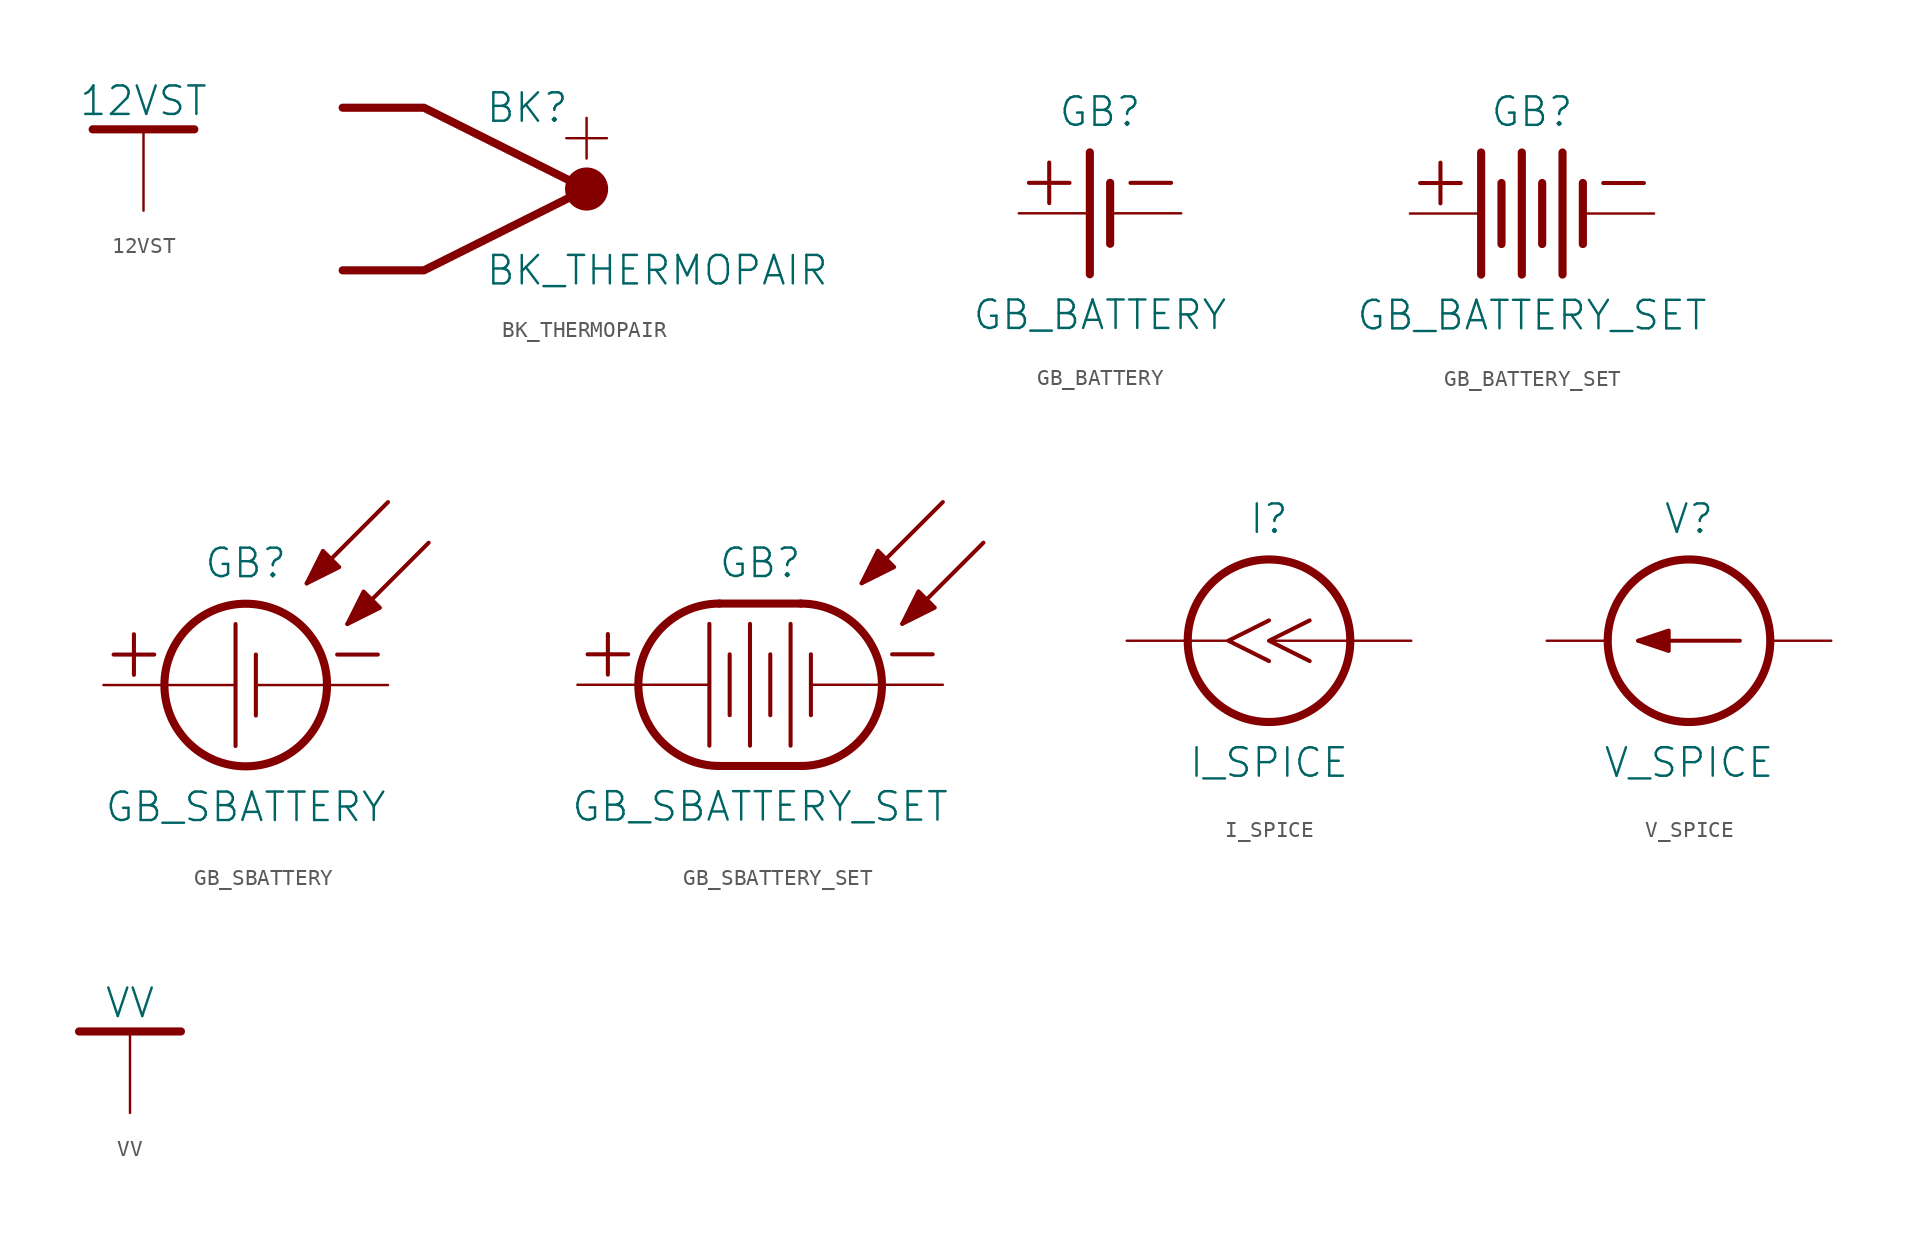
<source format=kicad_sym>
(kicad_symbol_lib
  (version 20211014)
  (generator kicad_symbol_editor)
  (symbol "12VST"
    (pin_names
      (offset 1.016))
    (property "Reference" "U"
      (at -2.54 5.08 0)
      (effects (font (size 1.778 1.778)) hide))
    (property "Value" "12VST"
      (at 0 1.778 0)
      (effects (font (size 1.778 1.778))))
    (symbol "12VST_1_1"
      (polyline (pts (xy 0 -5.08) (xy 0 0)) (stroke (width 0) (type default) (color 0 0 0 0)) (fill (type none)))
      (polyline (pts (xy 3.175 0) (xy -3.175 0)) (stroke (width 0.508) (type default) (color 0 0 0 0)) (fill (type none)))
      (pin power_in line (at 0 -5.08 90) (length 5.08) hide (name "12VST" (effects (font (size 1.27 1.27)))) (number "1" (effects (font (size 1.27 1.27)))))))
  (symbol "BK_THERMOPAIR"
    (power)
    (pin_names
      (offset 0))
    (property "Reference" "BK"
      (at 1.27 5.08 0)
      (effects (font (size 1.778 1.778)) (justify left)))
    (property "Value" "BK_THERMOPAIR"
      (at 1.27 -5.08 0)
      (effects (font (size 1.778 1.778)) (justify left)))
    (symbol "BK_THERMOPAIR_0_1"
      (polyline (pts (xy 6.35 3.175) (xy 8.89 3.175)) (stroke (width 0) (type default) (color 0 0 0 0)) (fill (type none)))
      (polyline (pts (xy 7.62 4.445) (xy 7.62 1.905)) (stroke (width 0) (type default) (color 0 0 0 0)) (fill (type none)))
      (polyline (pts (xy -7.62 5.08) (xy -2.54 5.08) (xy 7.62 0) (xy -2.54 -5.08) (xy -7.62 -5.08)) (stroke (width 0.508) (type default) (color 0 0 0 0)) (fill (type none)))
      (circle (center 7.62 0) (radius 1.27) (stroke (width 0) (type default) (color 0 0 0 0)) (fill (type outline))))
    (symbol "BK_THERMOPAIR_1_1"
      (pin passive line (at -7.62 5.08 0) (length 2.54) hide (name "+" (effects (font (size 1.27 1.27)))) (number "1" (effects (font (size 1.27 1.27)))))
      (pin passive line (at -7.62 -5.08 0) (length 2.54) hide (name "-" (effects (font (size 1.27 1.27)))) (number "2" (effects (font (size 1.27 1.27)))))))
  (symbol "GB_BATTERY"
    (pin_names
      (offset 0))
    (property "Reference" "GB"
      (at 0 6.35 0)
      (effects (font (size 1.778 1.778))))
    (property "Value" "GB_BATTERY"
      (at 0 -6.35 0)
      (effects (font (size 1.778 1.778))))
    (symbol "GB_BATTERY_0_1"
      (polyline (pts (xy -3.175 3.175) (xy -3.175 0.635)) (stroke (width 0.254) (type default) (color 0 0 0 0)) (fill (type none)))
      (polyline (pts (xy -1.905 1.905) (xy -4.445 1.905)) (stroke (width 0.254) (type default) (color 0 0 0 0)) (fill (type none)))
      (polyline (pts (xy -0.635 -3.81) (xy -0.635 3.81)) (stroke (width 0.508) (type default) (color 0 0 0 0)) (fill (type none)))
      (polyline (pts (xy -0.635 0) (xy -5.08 0)) (stroke (width 0) (type default) (color 0 0 0 0)) (fill (type none)))
      (polyline (pts (xy 0.635 1.905) (xy 0.635 -1.905)) (stroke (width 0.508) (type default) (color 0 0 0 0)) (fill (type none)))
      (polyline (pts (xy 4.445 1.905) (xy 1.905 1.905)) (stroke (width 0.254) (type default) (color 0 0 0 0)) (fill (type none)))
      (polyline (pts (xy 5.08 0) (xy 0.635 0)) (stroke (width 0) (type default) (color 0 0 0 0)) (fill (type none))))
    (symbol "GB_BATTERY_1_1"
      (pin power_out line (at -5.08 0 0) (length 2.54) hide (name "+" (effects (font (size 1.27 1.27)))) (number "1" (effects (font (size 1.27 1.27)))))
      (pin power_out line (at 5.08 0 180) (length 2.54) hide (name "-" (effects (font (size 1.27 1.27)))) (number "2" (effects (font (size 1.27 1.27)))))))
  (symbol "GB_BATTERY_SET"
    (power)
    (pin_names
      (offset 0))
    (property "Reference" "GB"
      (at 0 6.35 0)
      (effects (font (size 1.778 1.778))))
    (property "Value" "GB_BATTERY_SET"
      (at 0 -6.35 0)
      (effects (font (size 1.778 1.778))))
    (symbol "GB_BATTERY_SET_0_1"
      (polyline (pts (xy -6.985 1.905) (xy -4.445 1.905)) (stroke (width 0.254) (type default) (color 0 0 0 0)) (fill (type none)))
      (polyline (pts (xy -5.715 3.175) (xy -5.715 0.635)) (stroke (width 0.254) (type default) (color 0 0 0 0)) (fill (type none)))
      (polyline (pts (xy -3.175 -3.81) (xy -3.175 3.81)) (stroke (width 0.508) (type default) (color 0 0 0 0)) (fill (type none)))
      (polyline (pts (xy -3.175 0) (xy -7.62 0)) (stroke (width 0) (type default) (color 0 0 0 0)) (fill (type none)))
      (polyline (pts (xy -1.905 1.905) (xy -1.905 -1.905)) (stroke (width 0.508) (type default) (color 0 0 0 0)) (fill (type none)))
      (polyline (pts (xy -0.635 -3.81) (xy -0.635 3.81)) (stroke (width 0.508) (type default) (color 0 0 0 0)) (fill (type none)))
      (polyline (pts (xy 0.635 1.905) (xy 0.635 -1.905)) (stroke (width 0.508) (type default) (color 0 0 0 0)) (fill (type none)))
      (polyline (pts (xy 1.905 -3.81) (xy 1.905 3.81)) (stroke (width 0.508) (type default) (color 0 0 0 0)) (fill (type none)))
      (polyline (pts (xy 3.175 1.905) (xy 3.175 -1.905)) (stroke (width 0.508) (type default) (color 0 0 0 0)) (fill (type none)))
      (polyline (pts (xy 4.445 1.905) (xy 6.985 1.905)) (stroke (width 0.254) (type default) (color 0 0 0 0)) (fill (type none)))
      (polyline (pts (xy 7.62 0) (xy 3.175 0)) (stroke (width 0) (type default) (color 0 0 0 0)) (fill (type none))))
    (symbol "GB_BATTERY_SET_1_1"
      (pin power_out line (at -7.62 0 0) (length 2.54) hide (name "+" (effects (font (size 1.27 1.27)))) (number "1" (effects (font (size 1.27 1.27)))))
      (pin power_out line (at 7.62 0 180) (length 2.54) hide (name "-" (effects (font (size 1.27 1.27)))) (number "2" (effects (font (size 1.27 1.27)))))))
  (symbol "GB_SBATTERY"
    (power)
    (pin_names
      (offset 0))
    (property "Reference" "GB"
      (at 0 7.62 0)
      (effects (font (size 1.778 1.778))))
    (property "Value" "GB_SBATTERY"
      (at 0 -7.62 0)
      (effects (font (size 1.778 1.778))))
    (symbol "GB_SBATTERY_0_1"
      (polyline (pts (xy -8.255 1.905) (xy -5.715 1.905)) (stroke (width 0.254) (type default) (color 0 0 0 0)) (fill (type none)))
      (polyline (pts (xy -6.985 3.175) (xy -6.985 0.635)) (stroke (width 0.254) (type default) (color 0 0 0 0)) (fill (type none)))
      (polyline (pts (xy -0.635 -3.81) (xy -0.635 3.81)) (stroke (width 0.254) (type default) (color 0 0 0 0)) (fill (type none)))
      (polyline (pts (xy -0.635 0) (xy -8.89 0)) (stroke (width 0) (type default) (color 0 0 0 0)) (fill (type none)))
      (polyline (pts (xy 5.715 1.905) (xy 8.255 1.905)) (stroke (width 0.254) (type default) (color 0 0 0 0)) (fill (type none)))
      (polyline (pts (xy 8.89 0) (xy 0.635 0)) (stroke (width 0) (type default) (color 0 0 0 0)) (fill (type none)))
      (polyline (pts (xy 8.89 11.43) (xy 3.81 6.35)) (stroke (width 0.254) (type default) (color 0 0 0 0)) (fill (type none)))
      (polyline (pts (xy 11.43 8.89) (xy 6.35 3.81)) (stroke (width 0.254) (type default) (color 0 0 0 0)) (fill (type none)))
      (polyline (pts (xy 3.81 6.35) (xy 5.842 7.366) (xy 4.826 8.382) (xy 3.81 6.35)) (stroke (width 0.254) (type default) (color 0 0 0 0)) (fill (type outline)))
      (polyline (pts (xy 6.35 3.81) (xy 8.382 4.826) (xy 7.366 5.842) (xy 6.35 3.81)) (stroke (width 0.254) (type default) (color 0 0 0 0)) (fill (type outline)))
      (circle (center 0 0) (radius 5.08) (stroke (width 0.508) (type default) (color 0 0 0 0)) (fill (type none))))
    (symbol "GB_SBATTERY_1_1"
      (polyline (pts (xy 0.635 1.905) (xy 0.635 -1.905)) (stroke (width 0.254) (type default) (color 0 0 0 0)) (fill (type none)))
      (pin power_out line (at -8.89 0 0) (length 2.54) hide (name "+" (effects (font (size 1.27 1.27)))) (number "1" (effects (font (size 1.27 1.27)))))
      (pin power_out line (at 8.89 0 180) (length 2.54) hide (name "-" (effects (font (size 1.27 1.27)))) (number "2" (effects (font (size 1.27 1.27)))))))
  (symbol "GB_SBATTERY_SET"
    (power)
    (pin_names
      (offset 0))
    (property "Reference" "GB"
      (at 0 7.62 0)
      (effects (font (size 1.778 1.778))))
    (property "Value" "GB_SBATTERY_SET"
      (at 0 -7.62 0)
      (effects (font (size 1.778 1.778))))
    (symbol "GB_SBATTERY_SET_0_1"
      (arc (start -2.54 5.08) (mid -7.62 0) (end -2.54 -5.08) (stroke (width 0.508) (type default) (color 0 0 0 0)) (fill (type none)))
      (polyline (pts (xy -10.795 1.905) (xy -8.255 1.905)) (stroke (width 0.254) (type default) (color 0 0 0 0)) (fill (type none)))
      (polyline (pts (xy -9.525 3.175) (xy -9.525 0.635)) (stroke (width 0.254) (type default) (color 0 0 0 0)) (fill (type none)))
      (polyline (pts (xy -3.175 -3.81) (xy -3.175 3.81)) (stroke (width 0.254) (type default) (color 0 0 0 0)) (fill (type none)))
      (polyline (pts (xy -3.175 0) (xy -11.43 0)) (stroke (width 0) (type default) (color 0 0 0 0)) (fill (type none)))
      (polyline (pts (xy -2.54 -5.08) (xy 2.54 -5.08)) (stroke (width 0.508) (type default) (color 0 0 0 0)) (fill (type none)))
      (polyline (pts (xy -1.905 1.905) (xy -1.905 -1.905)) (stroke (width 0.254) (type default) (color 0 0 0 0)) (fill (type none)))
      (polyline (pts (xy -0.635 -3.81) (xy -0.635 3.81)) (stroke (width 0.254) (type default) (color 0 0 0 0)) (fill (type none)))
      (polyline (pts (xy 0.635 1.905) (xy 0.635 -1.905)) (stroke (width 0.254) (type default) (color 0 0 0 0)) (fill (type none)))
      (polyline (pts (xy 1.905 -3.81) (xy 1.905 3.81)) (stroke (width 0.254) (type default) (color 0 0 0 0)) (fill (type none)))
      (polyline (pts (xy 2.54 5.08) (xy -2.54 5.08)) (stroke (width 0.508) (type default) (color 0 0 0 0)) (fill (type none)))
      (polyline (pts (xy 3.175 1.905) (xy 3.175 -1.905)) (stroke (width 0.254) (type default) (color 0 0 0 0)) (fill (type none)))
      (polyline (pts (xy 8.255 1.905) (xy 10.795 1.905)) (stroke (width 0.254) (type default) (color 0 0 0 0)) (fill (type none)))
      (polyline (pts (xy 11.43 0) (xy 3.175 0)) (stroke (width 0) (type default) (color 0 0 0 0)) (fill (type none)))
      (polyline (pts (xy 11.43 11.43) (xy 6.35 6.35)) (stroke (width 0.254) (type default) (color 0 0 0 0)) (fill (type none)))
      (polyline (pts (xy 13.97 8.89) (xy 8.89 3.81)) (stroke (width 0.254) (type default) (color 0 0 0 0)) (fill (type none)))
      (polyline (pts (xy 6.35 6.35) (xy 8.382 7.366) (xy 7.366 8.382) (xy 6.35 6.35)) (stroke (width 0.254) (type default) (color 0 0 0 0)) (fill (type outline)))
      (polyline (pts (xy 8.89 3.81) (xy 10.922 4.826) (xy 9.906 5.842) (xy 8.89 3.81)) (stroke (width 0.254) (type default) (color 0 0 0 0)) (fill (type outline)))
      (arc (start 2.54 -5.08) (mid 7.62 0) (end 2.54 5.08) (stroke (width 0.508) (type default) (color 0 0 0 0)) (fill (type none))))
    (symbol "GB_SBATTERY_SET_1_1"
      (pin power_out line (at -11.43 0 0) (length 2.54) hide (name "+" (effects (font (size 1.27 1.27)))) (number "1" (effects (font (size 1.27 1.27)))))
      (pin power_out line (at 11.43 0 180) (length 2.54) hide (name "-" (effects (font (size 1.27 1.27)))) (number "2" (effects (font (size 1.27 1.27)))))))
  (symbol "I_SPICE"
    (pin_names
      (offset 0))
    (property "Reference" "I"
      (at 0 7.62 0)
      (effects (font (size 1.778 1.778))))
    (property "Value" "I_SPICE"
      (at 0 -7.62 0)
      (effects (font (size 1.778 1.778))))
    (symbol "I_SPICE_0_1"
      (polyline (pts (xy -2.54 0) (xy -8.89 0)) (stroke (width 0) (type default) (color 0 0 0 0)) (fill (type none)))
      (polyline (pts (xy 8.89 0) (xy 0 0)) (stroke (width 0) (type default) (color 0 0 0 0)) (fill (type none)))
      (polyline (pts (xy 0 1.27) (xy -2.54 0) (xy 0 -1.27)) (stroke (width 0.254) (type default) (color 0 0 0 0)) (fill (type none)))
      (polyline (pts (xy 2.54 1.27) (xy 0 0) (xy 2.54 -1.27)) (stroke (width 0.254) (type default) (color 0 0 0 0)) (fill (type none)))
      (circle (center 0 0) (radius 5.08) (stroke (width 0.508) (type default) (color 0 0 0 0)) (fill (type none))))
    (symbol "I_SPICE_1_1"
      (pin power_out line (at -8.89 0 0) (length 2.54) hide (name "+" (effects (font (size 1.27 1.27)))) (number "1" (effects (font (size 1.27 1.27)))))
      (pin power_out line (at 8.89 0 180) (length 2.54) hide (name "-" (effects (font (size 1.27 1.27)))) (number "2" (effects (font (size 1.27 1.27)))))))
  (symbol "V_SPICE"
    (pin_names
      (offset 0))
    (property "Reference" "V"
      (at 0 7.62 0)
      (effects (font (size 1.778 1.778))))
    (property "Value" "V_SPICE"
      (at 0 -7.62 0)
      (effects (font (size 1.778 1.778))))
    (symbol "V_SPICE_0_1"
      (polyline (pts (xy -8.89 0) (xy -5.08 0)) (stroke (width 0) (type default) (color 0 0 0 0)) (fill (type none)))
      (polyline (pts (xy 3.175 0) (xy -3.175 0)) (stroke (width 0.254) (type default) (color 0 0 0 0)) (fill (type none)))
      (polyline (pts (xy 5.08 0) (xy 8.89 0)) (stroke (width 0) (type default) (color 0 0 0 0)) (fill (type none)))
      (polyline (pts (xy -1.27 -0.635) (xy -3.175 0) (xy -1.27 0.635) (xy -1.27 -0.635)) (stroke (width 0.254) (type default) (color 0 0 0 0)) (fill (type outline)))
      (circle (center 0 0) (radius 5.08) (stroke (width 0.508) (type default) (color 0 0 0 0)) (fill (type none))))
    (symbol "V_SPICE_1_1"
      (pin power_out line (at -8.89 0 0) (length 2.54) hide (name "+" (effects (font (size 1.27 1.27)))) (number "1" (effects (font (size 1.27 1.27)))))
      (pin power_out line (at 8.89 0 180) (length 2.54) hide (name "-" (effects (font (size 1.27 1.27)))) (number "2" (effects (font (size 1.27 1.27)))))))
  (symbol "VV"
    (pin_names
      (offset 1.016))
    (property "Reference" "U"
      (at -2.54 5.08 0)
      (effects (font (size 1.778 1.778)) hide))
    (property "Value" "VV"
      (at 0 1.778 0)
      (effects (font (size 1.778 1.778))))
    (symbol "VV_1_1"
      (polyline (pts (xy 0 -5.08) (xy 0 0)) (stroke (width 0) (type default) (color 0 0 0 0)) (fill (type none)))
      (polyline (pts (xy 3.175 0) (xy -3.175 0)) (stroke (width 0.508) (type default) (color 0 0 0 0)) (fill (type none)))
      (pin power_in line (at 0 -5.08 90) (length 5.08) hide (name "3.3V" (effects (font (size 1.27 1.27)))) (number "1" (effects (font (size 1.27 1.27))))))))
</source>
